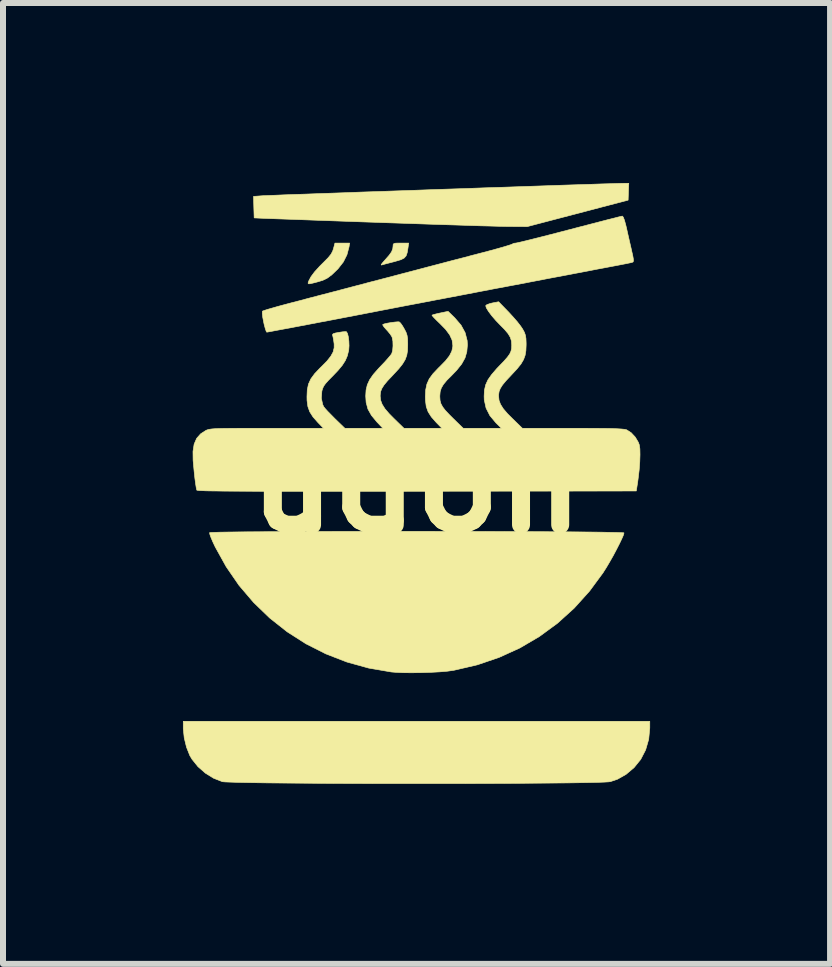
<source format=kicad_pcb>
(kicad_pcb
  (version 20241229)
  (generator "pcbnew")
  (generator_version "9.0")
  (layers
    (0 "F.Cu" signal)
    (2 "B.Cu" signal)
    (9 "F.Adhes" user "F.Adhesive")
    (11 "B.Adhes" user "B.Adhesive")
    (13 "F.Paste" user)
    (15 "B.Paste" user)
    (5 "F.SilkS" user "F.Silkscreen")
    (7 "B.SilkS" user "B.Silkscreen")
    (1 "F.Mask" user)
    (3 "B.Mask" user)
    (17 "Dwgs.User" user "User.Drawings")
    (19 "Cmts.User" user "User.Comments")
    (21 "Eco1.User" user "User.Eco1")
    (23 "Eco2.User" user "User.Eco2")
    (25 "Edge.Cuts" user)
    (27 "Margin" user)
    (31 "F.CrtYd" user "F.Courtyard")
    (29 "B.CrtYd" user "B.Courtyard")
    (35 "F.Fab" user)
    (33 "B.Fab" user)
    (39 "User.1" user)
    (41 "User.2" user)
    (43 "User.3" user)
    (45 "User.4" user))
  (footprint "udon"
    (layer "F.Cu")
    (at 3.893 5.007)
    (property "Reference" "udon" (at 0 0 0) (layer "F.SilkS") (effects (font (size 1.524 1.524) (thickness 0.3))))
    (attr through_hole)
    (fp_poly (pts (xy -1.125 -3.942) (xy -1.16 -3.81) (xy -1.22 -3.69) (xy -1.31 -3.575) (xy -1.412 -3.477) (xy -1.484 -3.423) (xy -1.561 -3.385) (xy -1.647 -3.359) (xy -1.728 -3.338) (xy -1.778 -3.327) (xy -1.802 -3.327) (xy -1.808 -3.338) (xy -1.801 -3.362) (xy -1.796 -3.375) (xy -1.76 -3.443) (xy -1.701 -3.523) (xy -1.614 -3.619) (xy -1.54 -3.693) (xy -1.471 -3.763) (xy -1.425 -3.82) (xy -1.398 -3.871) (xy -1.384 -3.913) (xy -1.36 -4.005) (xy -1.115 -4.005) (xy -1.125 -3.942)) (stroke (width 0.01) (type solid)) (fill yes) (layer "F.SilkS"))
    (fp_poly (pts (xy -0.143 -3.92) (xy -0.156 -3.844) (xy -0.174 -3.792) (xy -0.206 -3.756) (xy -0.258 -3.729) (xy -0.338 -3.705) (xy -0.377 -3.694) (xy -0.459 -3.673) (xy -0.528 -3.655) (xy -0.574 -3.642) (xy -0.586 -3.639) (xy -0.589 -3.646) (xy -0.568 -3.675) (xy -0.529 -3.72) (xy -0.525 -3.724) (xy -0.458 -3.8) (xy -0.416 -3.859) (xy -0.396 -3.911) (xy -0.391 -3.955) (xy -0.389 -3.982) (xy -0.377 -3.997) (xy -0.346 -4.004) (xy -0.289 -4.005) (xy -0.261 -4.005) (xy -0.131 -4.005) (xy -0.143 -3.92)) (stroke (width 0.01) (type solid)) (fill yes) (layer "F.SilkS"))
    (fp_poly (pts (xy 3.888 4.079) (xy 3.87 4.266) (xy 3.819 4.442) (xy 3.737 4.601) (xy 3.627 4.737) (xy 3.491 4.852) (xy 3.349 4.932) (xy 3.231 4.972) (xy 3.196 4.976) (xy 3.124 4.98) (xy 3.018 4.984) (xy 2.881 4.987) (xy 2.715 4.99) (xy 2.523 4.993) (xy 2.307 4.995) (xy 2.07 4.997) (xy 1.815 4.999) (xy 1.544 5.001) (xy 1.26 5.002) (xy 0.965 5.003) (xy 0.662 5.004) (xy 0.354 5.004) (xy 0.042 5.004) (xy -0.27 5.004) (xy -0.579 5.004) (xy -0.884 5.003) (xy -1.182 5.002) (xy -1.469 5.001) (xy -1.744 4.999) (xy -2.005 4.997) (xy -2.247 4.995) (xy -2.469 4.993) (xy -2.668 4.99) (xy -2.842 4.987) (xy -2.988 4.984) (xy -3.104 4.98) (xy -3.186 4.977) (xy -3.233 4.973) (xy -3.24 4.971) (xy -3.383 4.915) (xy -3.52 4.83) (xy -3.644 4.721) (xy -3.742 4.599) (xy -3.779 4.537) (xy -3.834 4.398) (xy -3.872 4.243) (xy -3.888 4.091) (xy -3.888 4.079) (xy -3.888 3.966) (xy 3.888 3.966) (xy 3.888 4.079)) (stroke (width 0.01) (type solid)) (fill yes) (layer "F.SilkS"))
    (fp_poly (pts (xy 3.538 -5.002) (xy 3.532 -4.861) (xy 3.527 -4.721) (xy 1.846 -4.28) (xy 1.534 -4.282) (xy 1.468 -4.283) (xy 1.367 -4.285) (xy 1.233 -4.289) (xy 1.07 -4.293) (xy 0.882 -4.299) (xy 0.671 -4.306) (xy 0.441 -4.313) (xy 0.196 -4.321) (xy -0.062 -4.33) (xy -0.328 -4.339) (xy -0.601 -4.348) (xy -0.615 -4.349) (xy -0.883 -4.358) (xy -1.141 -4.367) (xy -1.388 -4.376) (xy -1.62 -4.384) (xy -1.833 -4.392) (xy -2.026 -4.399) (xy -2.195 -4.405) (xy -2.338 -4.41) (xy -2.45 -4.414) (xy -2.53 -4.417) (xy -2.575 -4.419) (xy -2.579 -4.419) (xy -2.706 -4.425) (xy -2.712 -4.604) (xy -2.717 -4.783) (xy -2.555 -4.795) (xy -2.521 -4.796) (xy -2.45 -4.799) (xy -2.346 -4.803) (xy -2.21 -4.809) (xy -2.046 -4.815) (xy -1.857 -4.821) (xy -1.644 -4.829) (xy -1.411 -4.837) (xy -1.161 -4.846) (xy -0.895 -4.856) (xy -0.617 -4.865) (xy -0.33 -4.875) (xy -0.035 -4.885) (xy 0.264 -4.896) (xy 0.565 -4.906) (xy 0.865 -4.916) (xy 1.161 -4.927) (xy 1.451 -4.936) (xy 1.733 -4.946) (xy 2.002 -4.955) (xy 2.257 -4.964) (xy 2.496 -4.972) (xy 2.715 -4.979) (xy 2.911 -4.985) (xy 3.083 -4.991) (xy 3.227 -4.995) (xy 3.341 -4.999) (xy 3.422 -5.001) (xy 3.467 -5.002) (xy 3.474 -5.002) (xy 3.538 -5.002)) (stroke (width 0.01) (type solid)) (fill yes) (layer "F.SilkS"))
    (fp_poly (pts (xy -0.071 0.8) (xy 0.247 0.8) (xy 0.563 0.801) (xy 0.875 0.801) (xy 1.18 0.802) (xy 1.476 0.803) (xy 1.761 0.804) (xy 2.032 0.805) (xy 2.287 0.807) (xy 2.523 0.808) (xy 2.738 0.81) (xy 2.93 0.812) (xy 3.096 0.814) (xy 3.233 0.817) (xy 3.34 0.819) (xy 3.414 0.822) (xy 3.453 0.824) (xy 3.458 0.826) (xy 3.449 0.861) (xy 3.422 0.923) (xy 3.383 1.005) (xy 3.334 1.101) (xy 3.28 1.203) (xy 3.222 1.305) (xy 3.166 1.4) (xy 3.114 1.482) (xy 3.113 1.485) (xy 2.883 1.797) (xy 2.628 2.08) (xy 2.348 2.333) (xy 2.046 2.554) (xy 1.722 2.744) (xy 1.377 2.901) (xy 1.013 3.025) (xy 0.631 3.114) (xy 0.615 3.117) (xy 0.516 3.131) (xy 0.387 3.142) (xy 0.239 3.15) (xy 0.081 3.155) (xy -0.075 3.157) (xy -0.221 3.156) (xy -0.346 3.15) (xy -0.42 3.144) (xy -0.798 3.079) (xy -1.162 2.978) (xy -1.512 2.842) (xy -1.844 2.674) (xy -2.157 2.474) (xy -2.448 2.244) (xy -2.716 1.985) (xy -2.959 1.7) (xy -3.173 1.389) (xy -3.355 1.061) (xy -3.395 0.976) (xy -3.426 0.903) (xy -3.445 0.85) (xy -3.45 0.823) (xy -3.449 0.822) (xy -3.429 0.819) (xy -3.371 0.817) (xy -3.28 0.814) (xy -3.156 0.812) (xy -3.003 0.81) (xy -2.824 0.808) (xy -2.619 0.807) (xy -2.393 0.805) (xy -2.147 0.804) (xy -1.883 0.803) (xy -1.605 0.802) (xy -1.313 0.801) (xy -1.012 0.801) (xy -0.703 0.8) (xy -0.389 0.8) (xy -0.071 0.8)) (stroke (width 0.01) (type solid)) (fill yes) (layer "F.SilkS"))
    (fp_poly (pts (xy 3.446 -4.437) (xy 3.466 -4.386) (xy 3.487 -4.309) (xy 3.498 -4.264) (xy 3.523 -4.152) (xy 3.552 -4.025) (xy 3.579 -3.908) (xy 3.584 -3.884) (xy 3.604 -3.797) (xy 3.614 -3.74) (xy 3.616 -3.707) (xy 3.609 -3.691) (xy 3.597 -3.685) (xy 3.591 -3.683) (xy 3.585 -3.681) (xy 3.575 -3.679) (xy 3.561 -3.676) (xy 3.54 -3.672) (xy 3.509 -3.665) (xy 3.467 -3.657) (xy 3.411 -3.646) (xy 3.339 -3.632) (xy 3.248 -3.615) (xy 3.138 -3.594) (xy 3.004 -3.569) (xy 2.846 -3.538) (xy 2.661 -3.503) (xy 2.447 -3.462) (xy 2.201 -3.416) (xy 1.922 -3.362) (xy 1.607 -3.302) (xy 1.553 -3.292) (xy 1.287 -3.242) (xy 1.022 -3.191) (xy 0.762 -3.141) (xy 0.51 -3.093) (xy 0.272 -3.048) (xy 0.05 -3.005) (xy -0.152 -2.967) (xy -0.329 -2.933) (xy -0.478 -2.904) (xy -0.594 -2.882) (xy -0.645 -2.872) (xy -0.836 -2.835) (xy -1.032 -2.797) (xy -1.231 -2.759) (xy -1.428 -2.721) (xy -1.619 -2.685) (xy -1.801 -2.65) (xy -1.97 -2.618) (xy -2.122 -2.589) (xy -2.253 -2.565) (xy -2.36 -2.545) (xy -2.438 -2.53) (xy -2.485 -2.522) (xy -2.496 -2.52) (xy -2.507 -2.538) (xy -2.523 -2.586) (xy -2.541 -2.654) (xy -2.548 -2.688) (xy -2.564 -2.771) (xy -2.571 -2.833) (xy -2.569 -2.868) (xy -2.567 -2.871) (xy -2.544 -2.88) (xy -2.489 -2.898) (xy -2.406 -2.922) (xy -2.301 -2.952) (xy -2.178 -2.985) (xy -2.061 -3.016) (xy -1.948 -3.045) (xy -1.803 -3.084) (xy -1.631 -3.129) (xy -1.438 -3.179) (xy -1.229 -3.234) (xy -1.009 -3.292) (xy -0.786 -3.351) (xy -0.563 -3.409) (xy -0.459 -3.436) (xy -0.24 -3.494) (xy -0.018 -3.552) (xy 0.201 -3.61) (xy 0.411 -3.665) (xy 0.608 -3.717) (xy 0.787 -3.763) (xy 0.94 -3.804) (xy 1.064 -3.836) (xy 1.114 -3.849) (xy 1.242 -3.883) (xy 1.359 -3.915) (xy 1.457 -3.943) (xy 1.532 -3.966) (xy 1.579 -3.981) (xy 1.591 -3.987) (xy 1.625 -4.002) (xy 1.654 -4.005) (xy 1.681 -4.01) (xy 1.743 -4.024) (xy 1.834 -4.046) (xy 1.95 -4.075) (xy 2.089 -4.11) (xy 2.245 -4.15) (xy 2.415 -4.194) (xy 2.553 -4.23) (xy 2.729 -4.276) (xy 2.895 -4.319) (xy 3.045 -4.358) (xy 3.176 -4.392) (xy 3.284 -4.419) (xy 3.365 -4.44) (xy 3.416 -4.452) (xy 3.431 -4.455) (xy 3.446 -4.437)) (stroke (width 0.01) (type solid)) (fill yes) (layer "F.SilkS"))
    (fp_poly (pts (xy 1.539 -2.851) (xy 1.611 -2.772) (xy 1.68 -2.693) (xy 1.735 -2.622) (xy 1.768 -2.573) (xy 1.798 -2.518) (xy 1.815 -2.469) (xy 1.824 -2.414) (xy 1.827 -2.338) (xy 1.827 -2.306) (xy 1.823 -2.212) (xy 1.81 -2.134) (xy 1.784 -2.063) (xy 1.741 -1.99) (xy 1.676 -1.909) (xy 1.586 -1.812) (xy 1.57 -1.795) (xy 1.489 -1.708) (xy 1.432 -1.639) (xy 1.396 -1.582) (xy 1.376 -1.531) (xy 1.368 -1.477) (xy 1.368 -1.454) (xy 1.375 -1.384) (xy 1.4 -1.317) (xy 1.446 -1.244) (xy 1.517 -1.161) (xy 1.595 -1.083) (xy 1.764 -0.918) (xy 2.602 -0.918) (xy 2.816 -0.918) (xy 2.995 -0.917) (xy 3.141 -0.916) (xy 3.257 -0.914) (xy 3.348 -0.91) (xy 3.415 -0.906) (xy 3.463 -0.901) (xy 3.493 -0.895) (xy 3.503 -0.892) (xy 3.578 -0.844) (xy 3.646 -0.771) (xy 3.697 -0.685) (xy 3.713 -0.642) (xy 3.723 -0.575) (xy 3.725 -0.478) (xy 3.721 -0.358) (xy 3.711 -0.223) (xy 3.694 -0.08) (xy 3.686 -0.02) (xy 3.663 0.127) (xy 0.004 0.132) (xy -0.455 0.133) (xy -0.878 0.133) (xy -1.263 0.133) (xy -1.614 0.133) (xy -1.932 0.133) (xy -2.217 0.133) (xy -2.472 0.133) (xy -2.698 0.132) (xy -2.896 0.131) (xy -3.068 0.13) (xy -3.215 0.129) (xy -3.338 0.127) (xy -3.439 0.126) (xy -3.519 0.124) (xy -3.58 0.121) (xy -3.624 0.119) (xy -3.651 0.116) (xy -3.662 0.113) (xy -3.663 0.112) (xy -3.672 0.072) (xy -3.683 0.002) (xy -3.695 -0.088) (xy -3.706 -0.19) (xy -3.716 -0.294) (xy -3.724 -0.381) (xy -3.726 -0.532) (xy -3.707 -0.654) (xy -3.665 -0.75) (xy -3.599 -0.825) (xy -3.515 -0.88) (xy -3.496 -0.889) (xy -3.475 -0.896) (xy -3.448 -0.902) (xy -3.411 -0.907) (xy -3.361 -0.911) (xy -3.295 -0.914) (xy -3.208 -0.916) (xy -3.098 -0.917) (xy -2.961 -0.918) (xy -2.794 -0.918) (xy -2.592 -0.918) (xy -2.496 -0.918) (xy -1.551 -0.918) (xy -1.644 -1.015) (xy -1.726 -1.108) (xy -1.78 -1.193) (xy -1.811 -1.28) (xy -1.825 -1.383) (xy -1.826 -1.446) (xy -1.821 -1.56) (xy -1.801 -1.655) (xy -1.761 -1.742) (xy -1.698 -1.828) (xy -1.607 -1.924) (xy -1.587 -1.943) (xy -1.493 -2.038) (xy -1.429 -2.119) (xy -1.39 -2.19) (xy -1.373 -2.26) (xy -1.373 -2.323) (xy -1.382 -2.387) (xy -1.392 -2.442) (xy -1.396 -2.455) (xy -1.401 -2.479) (xy -1.389 -2.494) (xy -1.352 -2.506) (xy -1.296 -2.516) (xy -1.233 -2.526) (xy -1.186 -2.529) (xy -1.169 -2.528) (xy -1.151 -2.499) (xy -1.137 -2.443) (xy -1.128 -2.37) (xy -1.125 -2.294) (xy -1.13 -2.225) (xy -1.132 -2.213) (xy -1.154 -2.124) (xy -1.188 -2.045) (xy -1.239 -1.966) (xy -1.311 -1.88) (xy -1.394 -1.793) (xy -1.467 -1.719) (xy -1.517 -1.663) (xy -1.549 -1.618) (xy -1.567 -1.576) (xy -1.578 -1.538) (xy -1.587 -1.42) (xy -1.564 -1.314) (xy -1.548 -1.279) (xy -1.526 -1.251) (xy -1.482 -1.202) (xy -1.422 -1.141) (xy -1.361 -1.079) (xy -1.195 -0.918) (xy -0.561 -0.918) (xy -0.663 -1.026) (xy -0.752 -1.134) (xy -0.81 -1.238) (xy -0.84 -1.349) (xy -0.847 -1.456) (xy -0.841 -1.556) (xy -0.82 -1.644) (xy -0.781 -1.728) (xy -0.72 -1.816) (xy -0.632 -1.916) (xy -0.598 -1.952) (xy -0.532 -2.021) (xy -0.475 -2.085) (xy -0.433 -2.135) (xy -0.413 -2.163) (xy -0.398 -2.216) (xy -0.392 -2.291) (xy -0.394 -2.369) (xy -0.406 -2.432) (xy -0.413 -2.448) (xy -0.439 -2.488) (xy -0.481 -2.539) (xy -0.504 -2.564) (xy -0.542 -2.607) (xy -0.562 -2.638) (xy -0.563 -2.648) (xy -0.537 -2.658) (xy -0.485 -2.67) (xy -0.42 -2.681) (xy -0.357 -2.689) (xy -0.307 -2.693) (xy -0.288 -2.691) (xy -0.265 -2.67) (xy -0.233 -2.624) (xy -0.205 -2.576) (xy -0.175 -2.519) (xy -0.158 -2.468) (xy -0.149 -2.411) (xy -0.147 -2.332) (xy -0.147 -2.306) (xy -0.15 -2.212) (xy -0.163 -2.134) (xy -0.189 -2.063) (xy -0.233 -1.99) (xy -0.297 -1.909) (xy -0.387 -1.812) (xy -0.403 -1.795) (xy -0.485 -1.708) (xy -0.542 -1.639) (xy -0.578 -1.582) (xy -0.598 -1.531) (xy -0.605 -1.477) (xy -0.606 -1.454) (xy -0.598 -1.384) (xy -0.573 -1.317) (xy -0.527 -1.244) (xy -0.456 -1.161) (xy -0.379 -1.083) (xy -0.21 -0.918) (xy 0.423 -0.918) (xy 0.329 -1.015) (xy 0.247 -1.108) (xy 0.193 -1.193) (xy 0.162 -1.28) (xy 0.149 -1.383) (xy 0.147 -1.446) (xy 0.153 -1.56) (xy 0.173 -1.655) (xy 0.212 -1.742) (xy 0.275 -1.828) (xy 0.366 -1.924) (xy 0.386 -1.943) (xy 0.483 -2.042) (xy 0.549 -2.126) (xy 0.588 -2.203) (xy 0.604 -2.276) (xy 0.605 -2.3) (xy 0.593 -2.388) (xy 0.553 -2.475) (xy 0.484 -2.568) (xy 0.391 -2.663) (xy 0.332 -2.72) (xy 0.287 -2.766) (xy 0.261 -2.796) (xy 0.258 -2.804) (xy 0.28 -2.812) (xy 0.329 -2.825) (xy 0.396 -2.84) (xy 0.396 -2.84) (xy 0.526 -2.867) (xy 0.637 -2.759) (xy 0.742 -2.637) (xy 0.81 -2.512) (xy 0.844 -2.38) (xy 0.848 -2.306) (xy 0.838 -2.193) (xy 0.808 -2.09) (xy 0.752 -1.989) (xy 0.668 -1.884) (xy 0.589 -1.802) (xy 0.505 -1.718) (xy 0.448 -1.649) (xy 0.413 -1.589) (xy 0.394 -1.529) (xy 0.388 -1.46) (xy 0.388 -1.442) (xy 0.392 -1.382) (xy 0.406 -1.329) (xy 0.434 -1.276) (xy 0.48 -1.216) (xy 0.549 -1.143) (xy 0.613 -1.079) (xy 0.778 -0.918) (xy 1.415 -0.918) (xy 1.323 -1.009) (xy 1.223 -1.129) (xy 1.159 -1.255) (xy 1.129 -1.392) (xy 1.127 -1.453) (xy 1.132 -1.553) (xy 1.152 -1.641) (xy 1.19 -1.725) (xy 1.25 -1.811) (xy 1.335 -1.91) (xy 1.375 -1.952) (xy 1.457 -2.037) (xy 1.515 -2.103) (xy 1.553 -2.156) (xy 1.574 -2.202) (xy 1.585 -2.249) (xy 1.587 -2.304) (xy 1.587 -2.305) (xy 1.582 -2.373) (xy 1.563 -2.434) (xy 1.527 -2.495) (xy 1.468 -2.565) (xy 1.396 -2.638) (xy 1.321 -2.716) (xy 1.254 -2.794) (xy 1.2 -2.866) (xy 1.164 -2.925) (xy 1.153 -2.961) (xy 1.17 -2.977) (xy 1.215 -2.994) (xy 1.26 -3.006) (xy 1.368 -3.027) (xy 1.539 -2.851)) (stroke (width 0.01) (type solid)) (fill yes) (layer "F.SilkS")))
  (gr_rect
    (start -3 -3)
    (end 10.786 13.016)
    (stroke (width 0.1) (type default))
    (fill no)
    (layer "Edge.Cuts")))
</source>
